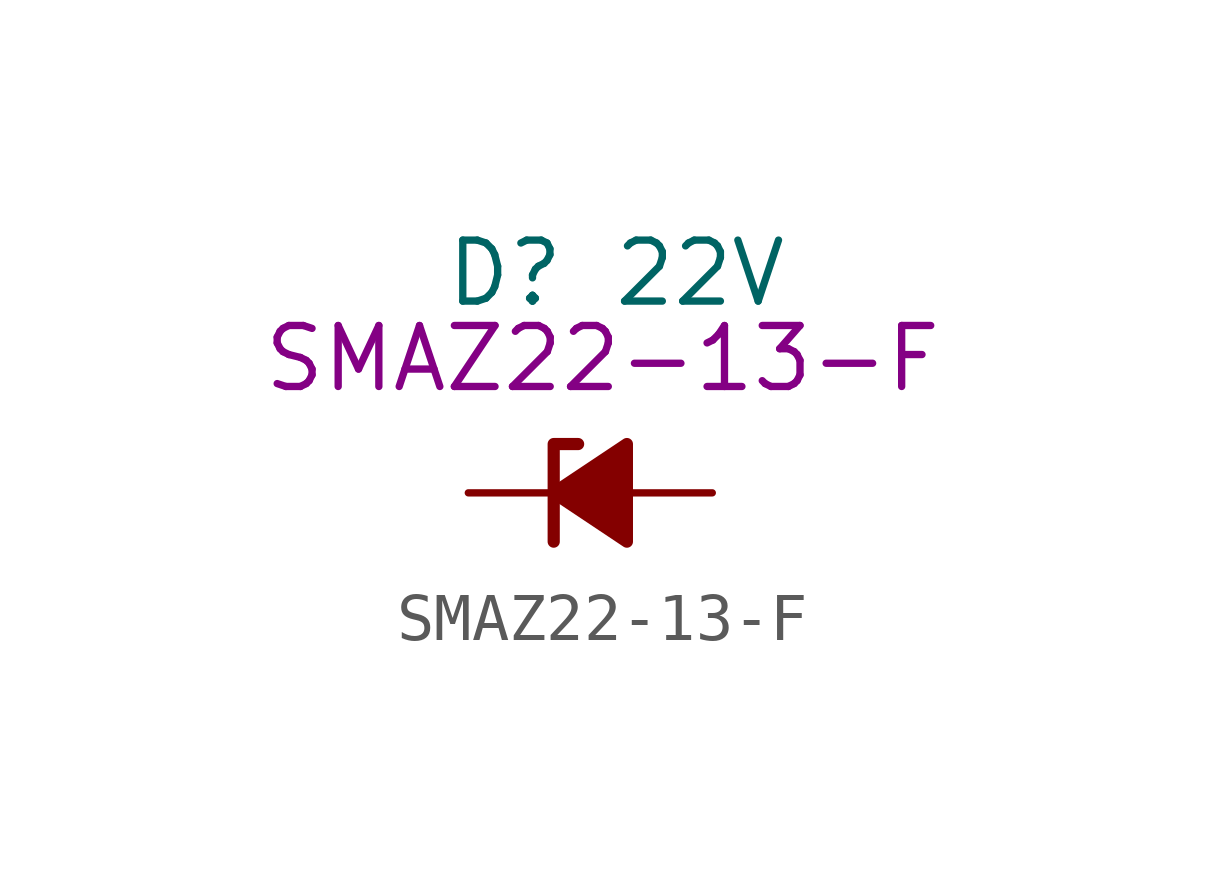
<source format=kicad_sym>
(kicad_symbol_lib
  (version 20231120)
  (generator "kicad_symbol_editor")
  (generator_version "8.0")
  (symbol "SMAZ22-13-F"
    (pin_numbers hide)
    (pin_names hide)
    (property "Reference" "D"
      (at 0.762 4.572 0)
      (effects (font (size 1.27 1.27))))
    (property "Value" "22V"
      (at 4.826 4.572 0)
      (effects (font (size 1.27 1.27))))
    (property "MPN" "SMAZ22-13-F"
      (at 2.794 2.794 0)
      (effects (font (size 1.27 1.27))))
    (symbol "SMAZ22-13-F_0_1"
      (polyline (pts (xy 3.302 0) (xy 1.778 0)) (stroke (width 0) (type default)) (fill (type none)))
      (polyline (pts (xy 2.286 1.016) (xy 1.778 1.016) (xy 1.778 -1.016)) (stroke (width 0.254) (type default)) (fill (type none)))
      (polyline (pts (xy 3.302 1.016) (xy 1.778 0) (xy 3.302 -1.016) (xy 3.302 1.016)) (stroke (width 0.254) (type default)) (fill (type outline))))
    (symbol "SMAZ22-13-F_1_1"
      (pin passive line (at 0 0 0) (length 1.778) (name "K" (effects (font (size 1.27 1.27)))) (number "1" (effects (font (size 1.27 1.27)))))
      (pin passive line (at 5.08 0 180) (length 1.778) (name "A" (effects (font (size 1.27 1.27)))) (number "2" (effects (font (size 1.27 1.27))))))))
</source>
